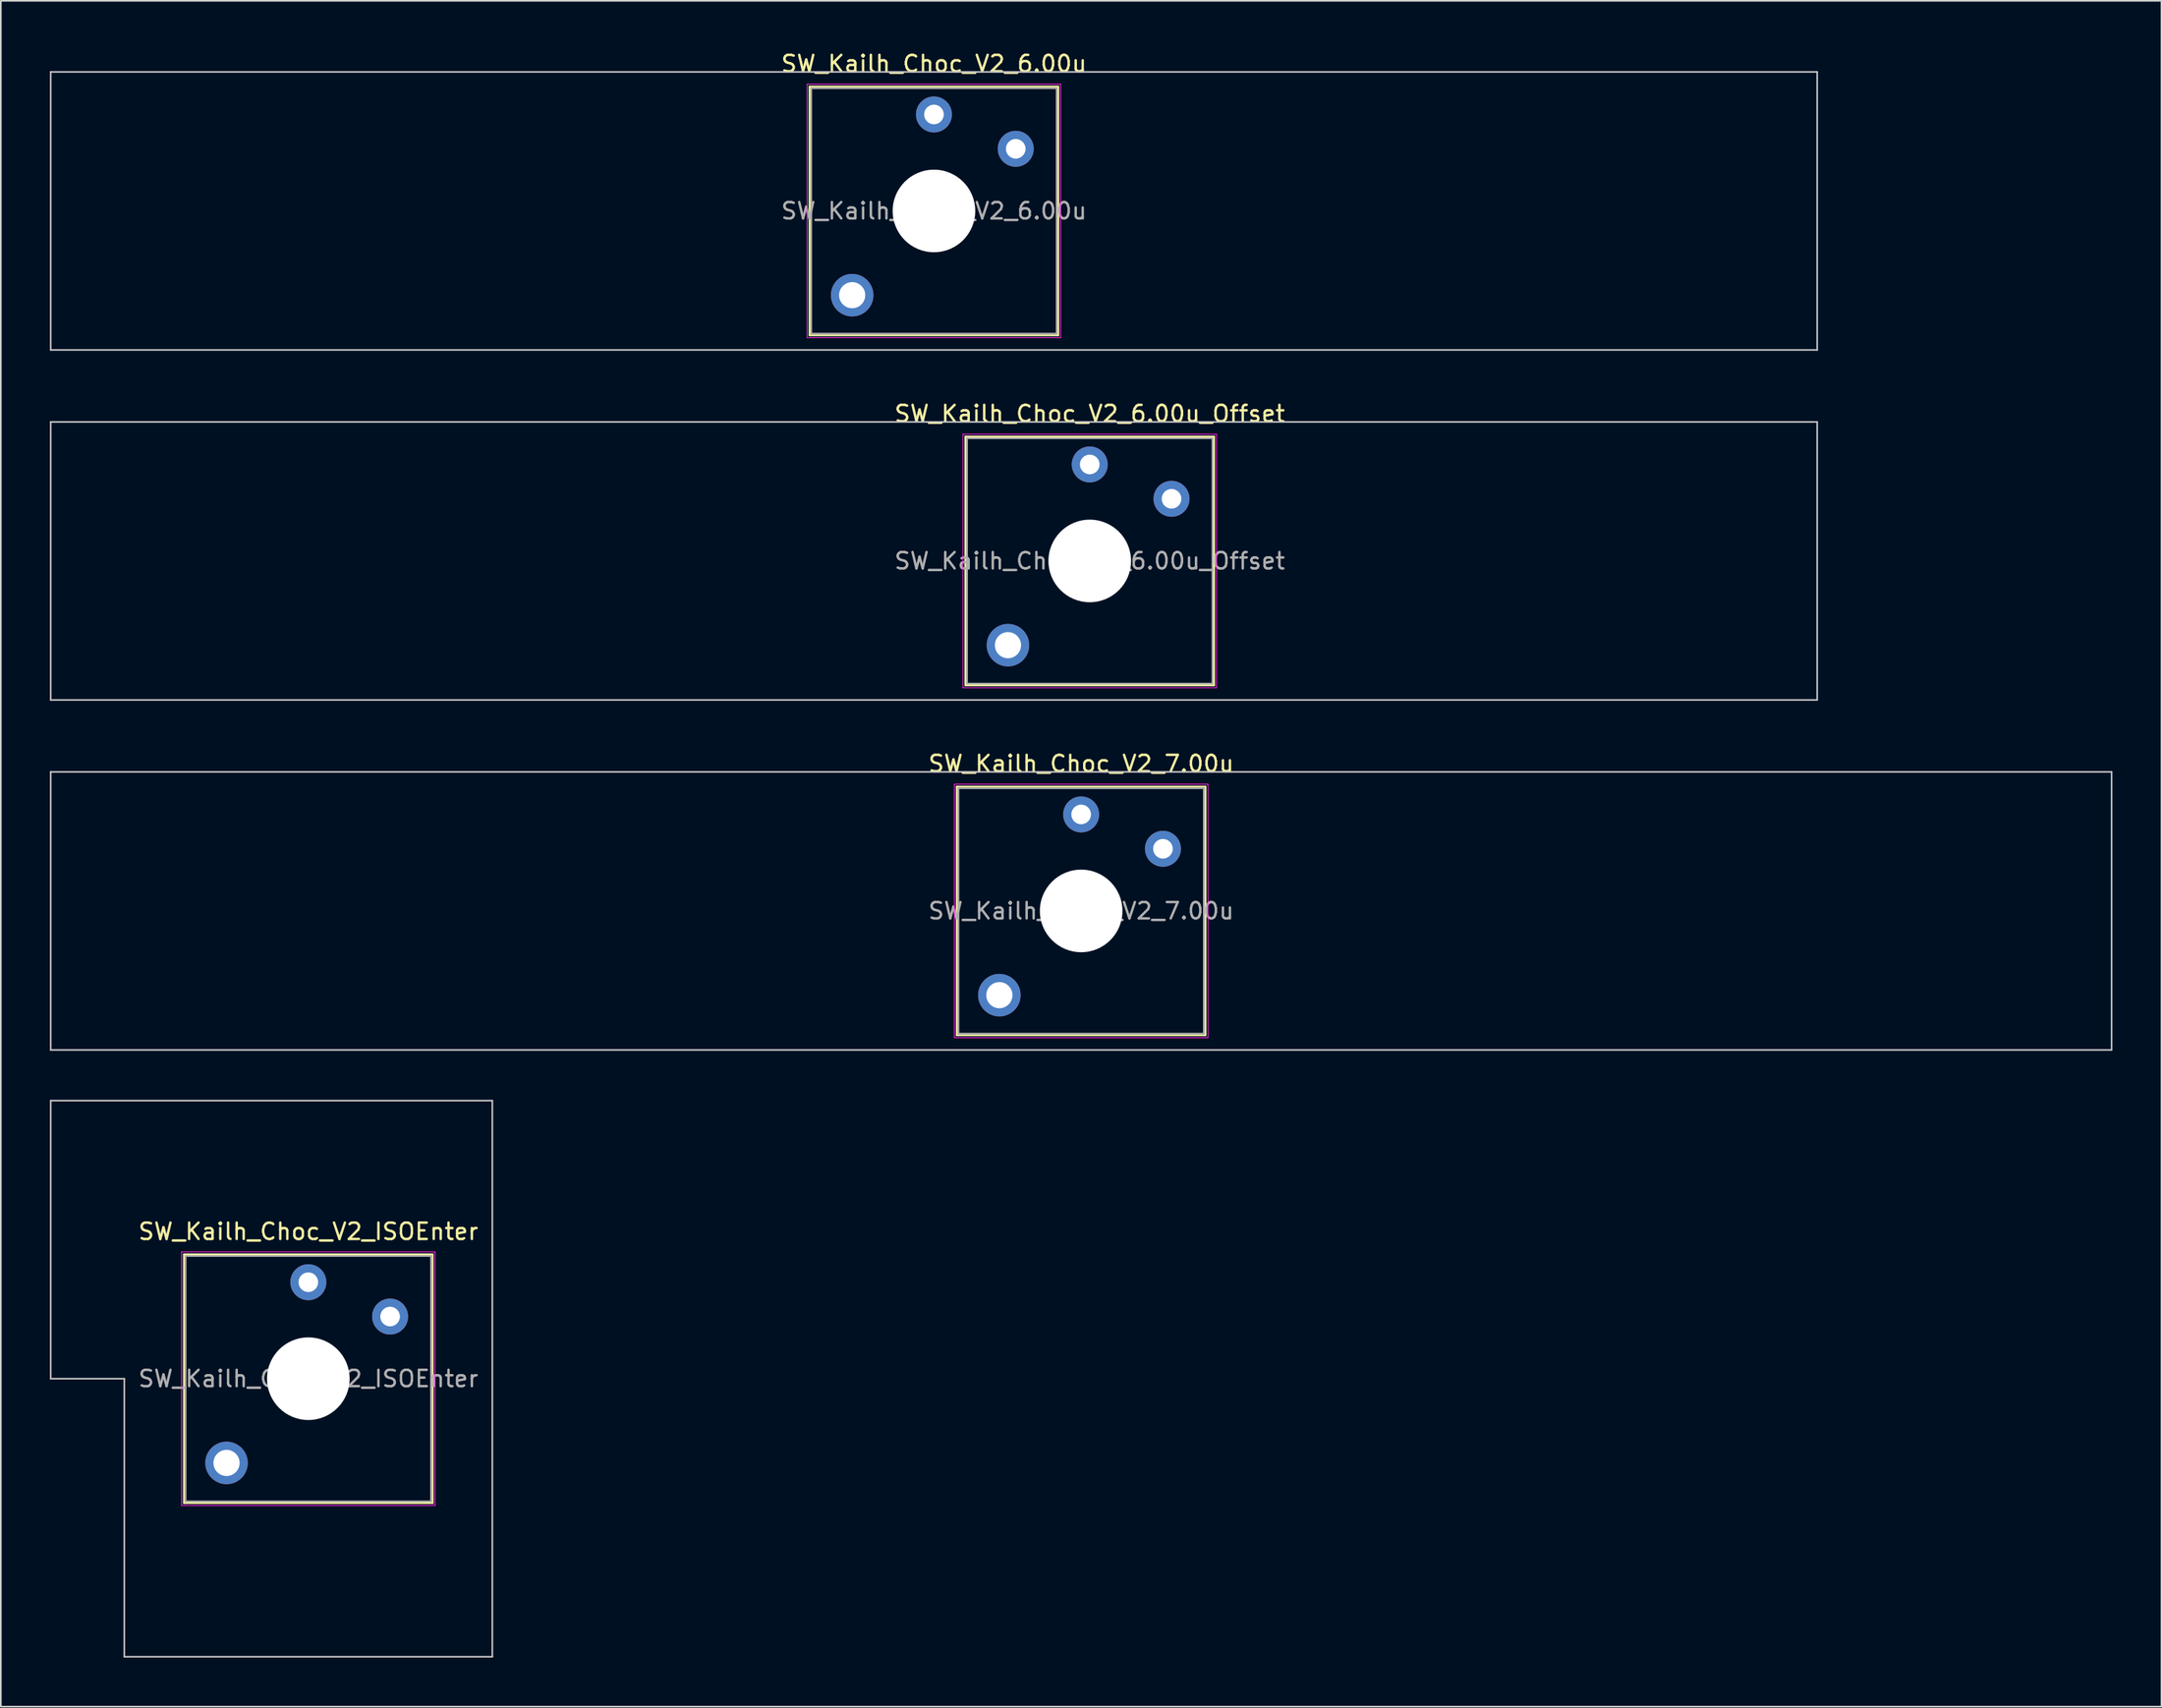
<source format=kicad_pcb>
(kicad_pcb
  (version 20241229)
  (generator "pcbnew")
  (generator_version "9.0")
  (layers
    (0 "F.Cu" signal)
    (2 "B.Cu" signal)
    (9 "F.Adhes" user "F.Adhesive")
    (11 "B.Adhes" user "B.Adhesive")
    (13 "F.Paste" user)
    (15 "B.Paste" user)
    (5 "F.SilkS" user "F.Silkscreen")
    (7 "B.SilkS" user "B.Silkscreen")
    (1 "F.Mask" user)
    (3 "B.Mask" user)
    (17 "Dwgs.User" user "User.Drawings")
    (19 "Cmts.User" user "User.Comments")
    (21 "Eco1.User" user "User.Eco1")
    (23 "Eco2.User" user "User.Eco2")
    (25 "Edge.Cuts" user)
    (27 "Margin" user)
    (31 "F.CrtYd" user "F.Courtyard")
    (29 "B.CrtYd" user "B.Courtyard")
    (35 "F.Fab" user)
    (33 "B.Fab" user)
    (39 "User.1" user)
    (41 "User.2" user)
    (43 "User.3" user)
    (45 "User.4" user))
  (footprint "SW_Kailh_Choc_V2_6.00u"
    (layer "F.Cu")
    (at 54.05 9.848)
    (property "Reference" "SW_Kailh_Choc_V2_6.00u" (at 0 -9 0) (layer "F.SilkS") (effects (font (size 1 1) (thickness 0.15))))
    (attr through_hole)
    (fp_line (start -7.6 -7.6) (end -7.6 7.6) (stroke (width 0.12) (type solid)) (layer "F.SilkS"))
    (fp_line (start -7.6 7.6) (end 7.6 7.6) (stroke (width 0.12) (type solid)) (layer "F.SilkS"))
    (fp_line (start 7.6 -7.6) (end -7.6 -7.6) (stroke (width 0.12) (type solid)) (layer "F.SilkS"))
    (fp_line (start 7.6 7.6) (end 7.6 -7.6) (stroke (width 0.12) (type solid)) (layer "F.SilkS"))
    (fp_line (start -54 -8.5) (end -54 8.5) (stroke (width 0.1) (type solid)) (layer "Dwgs.User"))
    (fp_line (start -54 8.5) (end 54 8.5) (stroke (width 0.1) (type solid)) (layer "Dwgs.User"))
    (fp_line (start 54 -8.5) (end -54 -8.5) (stroke (width 0.1) (type solid)) (layer "Dwgs.User"))
    (fp_line (start 54 8.5) (end 54 -8.5) (stroke (width 0.1) (type solid)) (layer "Dwgs.User"))
    (fp_line (start -7.25 -7.25) (end -7.25 7.25) (stroke (width 0.1) (type solid)) (layer "Eco1.User"))
    (fp_line (start -7.25 7.25) (end 7.25 7.25) (stroke (width 0.1) (type solid)) (layer "Eco1.User"))
    (fp_line (start 7.25 -7.25) (end -7.25 -7.25) (stroke (width 0.1) (type solid)) (layer "Eco1.User"))
    (fp_line (start 7.25 7.25) (end 7.25 -7.25) (stroke (width 0.1) (type solid)) (layer "Eco1.User"))
    (fp_line (start -7.75 -7.75) (end -7.75 7.75) (stroke (width 0.05) (type solid)) (layer "F.CrtYd"))
    (fp_line (start -7.75 7.75) (end 7.75 7.75) (stroke (width 0.05) (type solid)) (layer "F.CrtYd"))
    (fp_line (start 7.75 -7.75) (end -7.75 -7.75) (stroke (width 0.05) (type solid)) (layer "F.CrtYd"))
    (fp_line (start 7.75 7.75) (end 7.75 -7.75) (stroke (width 0.05) (type solid)) (layer "F.CrtYd"))
    (fp_line (start -7.5 -7.5) (end -7.5 7.5) (stroke (width 0.1) (type solid)) (layer "F.Fab"))
    (fp_line (start -7.5 7.5) (end 7.5 7.5) (stroke (width 0.1) (type solid)) (layer "F.Fab"))
    (fp_line (start 7.5 -7.5) (end -7.5 -7.5) (stroke (width 0.1) (type solid)) (layer "F.Fab"))
    (fp_line (start 7.5 7.5) (end 7.5 -7.5) (stroke (width 0.1) (type solid)) (layer "F.Fab"))
    (fp_text user "${REFERENCE}" (at 0 0 0) (layer "F.Fab") (effects (font (size 1 1) (thickness 0.15))))
    (pad "" smd circle (at -5 5.15) (size 1.65 1.65) (layers "F.Mask"))
    (pad "" thru_hole circle (at -5 5.15) (size 2.6 2.6) (drill 1.6) (layers "*.Cu" "B.Mask"))
    (pad "" smd circle (at 0 -5.9) (size 1.25 1.25) (layers "F.Mask"))
    (pad "" np_thru_hole circle (at 0 0) (size 5.05 5.05) (drill 5.05) (layers "*.Cu" "*.Mask"))
    (pad "" smd circle (at 5 -3.8) (size 1.25 1.25) (layers "F.Mask"))
    (pad "1" thru_hole circle (at 0 -5.9) (size 2.2 2.2) (drill 1.2) (layers "*.Cu" "B.Mask"))
    (pad "2" thru_hole circle (at 5 -3.8) (size 2.2 2.2) (drill 1.2) (layers "*.Cu" "B.Mask")))
  (footprint "SW_Kailh_Choc_V2_ISOEnter"
    (layer "F.Cu")
    (at 15.8 81.245)
    (property "Reference" "SW_Kailh_Choc_V2_ISOEnter" (at 0 -9 0) (layer "F.SilkS") (effects (font (size 1 1) (thickness 0.15))))
    (attr through_hole)
    (fp_line (start -7.6 -7.6) (end -7.6 7.6) (stroke (width 0.12) (type solid)) (layer "F.SilkS"))
    (fp_line (start -7.6 7.6) (end 7.6 7.6) (stroke (width 0.12) (type solid)) (layer "F.SilkS"))
    (fp_line (start 7.6 -7.6) (end -7.6 -7.6) (stroke (width 0.12) (type solid)) (layer "F.SilkS"))
    (fp_line (start 7.6 7.6) (end 7.6 -7.6) (stroke (width 0.12) (type solid)) (layer "F.SilkS"))
    (fp_line (start -15.75 -17) (end -15.75 0) (stroke (width 0.1) (type solid)) (layer "Dwgs.User"))
    (fp_line (start -15.75 0) (end -11.25 0) (stroke (width 0.1) (type solid)) (layer "Dwgs.User"))
    (fp_line (start -11.25 0) (end -11.25 17) (stroke (width 0.1) (type solid)) (layer "Dwgs.User"))
    (fp_line (start -11.25 17) (end 11.25 17) (stroke (width 0.1) (type solid)) (layer "Dwgs.User"))
    (fp_line (start 11.25 -17) (end -15.75 -17) (stroke (width 0.1) (type solid)) (layer "Dwgs.User"))
    (fp_line (start 11.25 17) (end 11.25 -17) (stroke (width 0.1) (type solid)) (layer "Dwgs.User"))
    (fp_line (start -7.25 -7.25) (end -7.25 7.25) (stroke (width 0.1) (type solid)) (layer "Eco1.User"))
    (fp_line (start -7.25 7.25) (end 7.25 7.25) (stroke (width 0.1) (type solid)) (layer "Eco1.User"))
    (fp_line (start 7.25 -7.25) (end -7.25 -7.25) (stroke (width 0.1) (type solid)) (layer "Eco1.User"))
    (fp_line (start 7.25 7.25) (end 7.25 -7.25) (stroke (width 0.1) (type solid)) (layer "Eco1.User"))
    (fp_line (start -7.75 -7.75) (end -7.75 7.75) (stroke (width 0.05) (type solid)) (layer "F.CrtYd"))
    (fp_line (start -7.75 7.75) (end 7.75 7.75) (stroke (width 0.05) (type solid)) (layer "F.CrtYd"))
    (fp_line (start 7.75 -7.75) (end -7.75 -7.75) (stroke (width 0.05) (type solid)) (layer "F.CrtYd"))
    (fp_line (start 7.75 7.75) (end 7.75 -7.75) (stroke (width 0.05) (type solid)) (layer "F.CrtYd"))
    (fp_line (start -7.5 -7.5) (end -7.5 7.5) (stroke (width 0.1) (type solid)) (layer "F.Fab"))
    (fp_line (start -7.5 7.5) (end 7.5 7.5) (stroke (width 0.1) (type solid)) (layer "F.Fab"))
    (fp_line (start 7.5 -7.5) (end -7.5 -7.5) (stroke (width 0.1) (type solid)) (layer "F.Fab"))
    (fp_line (start 7.5 7.5) (end 7.5 -7.5) (stroke (width 0.1) (type solid)) (layer "F.Fab"))
    (fp_text user "${REFERENCE}" (at 0 0 0) (layer "F.Fab") (effects (font (size 1 1) (thickness 0.15))))
    (pad "" smd circle (at -5 5.15) (size 1.65 1.65) (layers "F.Mask"))
    (pad "" thru_hole circle (at -5 5.15) (size 2.6 2.6) (drill 1.6) (layers "*.Cu" "B.Mask"))
    (pad "" smd circle (at 0 -5.9) (size 1.25 1.25) (layers "F.Mask"))
    (pad "" np_thru_hole circle (at 0 0) (size 5.05 5.05) (drill 5.05) (layers "*.Cu" "*.Mask"))
    (pad "" smd circle (at 5 -3.8) (size 1.25 1.25) (layers "F.Mask"))
    (pad "1" thru_hole circle (at 0 -5.9) (size 2.2 2.2) (drill 1.2) (layers "*.Cu" "B.Mask"))
    (pad "2" thru_hole circle (at 5 -3.8) (size 2.2 2.2) (drill 1.2) (layers "*.Cu" "B.Mask")))
  (footprint "SW_Kailh_Choc_V2_6.00u_Offset"
    (layer "F.Cu")
    (at 63.575 31.247)
    (property "Reference" "SW_Kailh_Choc_V2_6.00u_Offset" (at 0 -9 0) (layer "F.SilkS") (effects (font (size 1 1) (thickness 0.15))))
    (attr through_hole)
    (fp_line (start -7.6 -7.6) (end -7.6 7.6) (stroke (width 0.12) (type solid)) (layer "F.SilkS"))
    (fp_line (start -7.6 7.6) (end 7.6 7.6) (stroke (width 0.12) (type solid)) (layer "F.SilkS"))
    (fp_line (start 7.6 -7.6) (end -7.6 -7.6) (stroke (width 0.12) (type solid)) (layer "F.SilkS"))
    (fp_line (start 7.6 7.6) (end 7.6 -7.6) (stroke (width 0.12) (type solid)) (layer "F.SilkS"))
    (fp_line (start -63.525 -8.5) (end -63.525 8.5) (stroke (width 0.1) (type solid)) (layer "Dwgs.User"))
    (fp_line (start -63.525 8.5) (end 44.475 8.5) (stroke (width 0.1) (type solid)) (layer "Dwgs.User"))
    (fp_line (start 44.475 -8.5) (end -63.525 -8.5) (stroke (width 0.1) (type solid)) (layer "Dwgs.User"))
    (fp_line (start 44.475 8.5) (end 44.475 -8.5) (stroke (width 0.1) (type solid)) (layer "Dwgs.User"))
    (fp_line (start -7.25 -7.25) (end -7.25 7.25) (stroke (width 0.1) (type solid)) (layer "Eco1.User"))
    (fp_line (start -7.25 7.25) (end 7.25 7.25) (stroke (width 0.1) (type solid)) (layer "Eco1.User"))
    (fp_line (start 7.25 -7.25) (end -7.25 -7.25) (stroke (width 0.1) (type solid)) (layer "Eco1.User"))
    (fp_line (start 7.25 7.25) (end 7.25 -7.25) (stroke (width 0.1) (type solid)) (layer "Eco1.User"))
    (fp_line (start -7.75 -7.75) (end -7.75 7.75) (stroke (width 0.05) (type solid)) (layer "F.CrtYd"))
    (fp_line (start -7.75 7.75) (end 7.75 7.75) (stroke (width 0.05) (type solid)) (layer "F.CrtYd"))
    (fp_line (start 7.75 -7.75) (end -7.75 -7.75) (stroke (width 0.05) (type solid)) (layer "F.CrtYd"))
    (fp_line (start 7.75 7.75) (end 7.75 -7.75) (stroke (width 0.05) (type solid)) (layer "F.CrtYd"))
    (fp_line (start -7.5 -7.5) (end -7.5 7.5) (stroke (width 0.1) (type solid)) (layer "F.Fab"))
    (fp_line (start -7.5 7.5) (end 7.5 7.5) (stroke (width 0.1) (type solid)) (layer "F.Fab"))
    (fp_line (start 7.5 -7.5) (end -7.5 -7.5) (stroke (width 0.1) (type solid)) (layer "F.Fab"))
    (fp_line (start 7.5 7.5) (end 7.5 -7.5) (stroke (width 0.1) (type solid)) (layer "F.Fab"))
    (fp_text user "${REFERENCE}" (at 0 0 0) (layer "F.Fab") (effects (font (size 1 1) (thickness 0.15))))
    (pad "" smd circle (at -5 5.15) (size 1.65 1.65) (layers "F.Mask"))
    (pad "" thru_hole circle (at -5 5.15) (size 2.6 2.6) (drill 1.6) (layers "*.Cu" "B.Mask"))
    (pad "" smd circle (at 0 -5.9) (size 1.25 1.25) (layers "F.Mask"))
    (pad "" np_thru_hole circle (at 0 0) (size 5.05 5.05) (drill 5.05) (layers "*.Cu" "*.Mask"))
    (pad "" smd circle (at 5 -3.8) (size 1.25 1.25) (layers "F.Mask"))
    (pad "1" thru_hole circle (at 0 -5.9) (size 2.2 2.2) (drill 1.2) (layers "*.Cu" "B.Mask"))
    (pad "2" thru_hole circle (at 5 -3.8) (size 2.2 2.2) (drill 1.2) (layers "*.Cu" "B.Mask")))
  (footprint "SW_Kailh_Choc_V2_7.00u"
    (layer "F.Cu")
    (at 63.05 52.645)
    (property "Reference" "SW_Kailh_Choc_V2_7.00u" (at 0 -9 0) (layer "F.SilkS") (effects (font (size 1 1) (thickness 0.15))))
    (attr through_hole)
    (fp_line (start -7.6 -7.6) (end -7.6 7.6) (stroke (width 0.12) (type solid)) (layer "F.SilkS"))
    (fp_line (start -7.6 7.6) (end 7.6 7.6) (stroke (width 0.12) (type solid)) (layer "F.SilkS"))
    (fp_line (start 7.6 -7.6) (end -7.6 -7.6) (stroke (width 0.12) (type solid)) (layer "F.SilkS"))
    (fp_line (start 7.6 7.6) (end 7.6 -7.6) (stroke (width 0.12) (type solid)) (layer "F.SilkS"))
    (fp_line (start -63 -8.5) (end -63 8.5) (stroke (width 0.1) (type solid)) (layer "Dwgs.User"))
    (fp_line (start -63 8.5) (end 63 8.5) (stroke (width 0.1) (type solid)) (layer "Dwgs.User"))
    (fp_line (start 63 -8.5) (end -63 -8.5) (stroke (width 0.1) (type solid)) (layer "Dwgs.User"))
    (fp_line (start 63 8.5) (end 63 -8.5) (stroke (width 0.1) (type solid)) (layer "Dwgs.User"))
    (fp_line (start -7.25 -7.25) (end -7.25 7.25) (stroke (width 0.1) (type solid)) (layer "Eco1.User"))
    (fp_line (start -7.25 7.25) (end 7.25 7.25) (stroke (width 0.1) (type solid)) (layer "Eco1.User"))
    (fp_line (start 7.25 -7.25) (end -7.25 -7.25) (stroke (width 0.1) (type solid)) (layer "Eco1.User"))
    (fp_line (start 7.25 7.25) (end 7.25 -7.25) (stroke (width 0.1) (type solid)) (layer "Eco1.User"))
    (fp_line (start -7.75 -7.75) (end -7.75 7.75) (stroke (width 0.05) (type solid)) (layer "F.CrtYd"))
    (fp_line (start -7.75 7.75) (end 7.75 7.75) (stroke (width 0.05) (type solid)) (layer "F.CrtYd"))
    (fp_line (start 7.75 -7.75) (end -7.75 -7.75) (stroke (width 0.05) (type solid)) (layer "F.CrtYd"))
    (fp_line (start 7.75 7.75) (end 7.75 -7.75) (stroke (width 0.05) (type solid)) (layer "F.CrtYd"))
    (fp_line (start -7.5 -7.5) (end -7.5 7.5) (stroke (width 0.1) (type solid)) (layer "F.Fab"))
    (fp_line (start -7.5 7.5) (end 7.5 7.5) (stroke (width 0.1) (type solid)) (layer "F.Fab"))
    (fp_line (start 7.5 -7.5) (end -7.5 -7.5) (stroke (width 0.1) (type solid)) (layer "F.Fab"))
    (fp_line (start 7.5 7.5) (end 7.5 -7.5) (stroke (width 0.1) (type solid)) (layer "F.Fab"))
    (fp_text user "${REFERENCE}" (at 0 0 0) (layer "F.Fab") (effects (font (size 1 1) (thickness 0.15))))
    (pad "" smd circle (at -5 5.15) (size 1.65 1.65) (layers "F.Mask"))
    (pad "" thru_hole circle (at -5 5.15) (size 2.6 2.6) (drill 1.6) (layers "*.Cu" "B.Mask"))
    (pad "" smd circle (at 0 -5.9) (size 1.25 1.25) (layers "F.Mask"))
    (pad "" np_thru_hole circle (at 0 0) (size 5.05 5.05) (drill 5.05) (layers "*.Cu" "*.Mask"))
    (pad "" smd circle (at 5 -3.8) (size 1.25 1.25) (layers "F.Mask"))
    (pad "1" thru_hole circle (at 0 -5.9) (size 2.2 2.2) (drill 1.2) (layers "*.Cu" "B.Mask"))
    (pad "2" thru_hole circle (at 5 -3.8) (size 2.2 2.2) (drill 1.2) (layers "*.Cu" "B.Mask")))
  (gr_rect
    (start -3 -3)
    (end 129.1 101.295)
    (stroke (width 0.1) (type default))
    (fill no)
    (layer "Edge.Cuts")))
</source>
